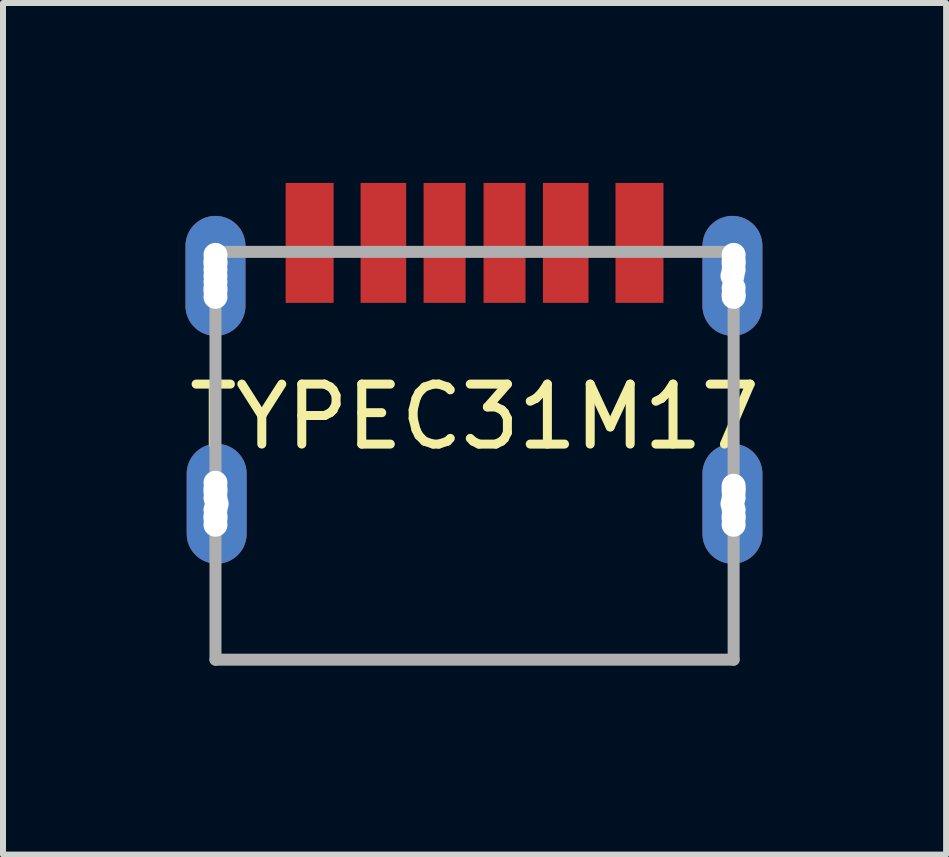
<source format=kicad_pcb>
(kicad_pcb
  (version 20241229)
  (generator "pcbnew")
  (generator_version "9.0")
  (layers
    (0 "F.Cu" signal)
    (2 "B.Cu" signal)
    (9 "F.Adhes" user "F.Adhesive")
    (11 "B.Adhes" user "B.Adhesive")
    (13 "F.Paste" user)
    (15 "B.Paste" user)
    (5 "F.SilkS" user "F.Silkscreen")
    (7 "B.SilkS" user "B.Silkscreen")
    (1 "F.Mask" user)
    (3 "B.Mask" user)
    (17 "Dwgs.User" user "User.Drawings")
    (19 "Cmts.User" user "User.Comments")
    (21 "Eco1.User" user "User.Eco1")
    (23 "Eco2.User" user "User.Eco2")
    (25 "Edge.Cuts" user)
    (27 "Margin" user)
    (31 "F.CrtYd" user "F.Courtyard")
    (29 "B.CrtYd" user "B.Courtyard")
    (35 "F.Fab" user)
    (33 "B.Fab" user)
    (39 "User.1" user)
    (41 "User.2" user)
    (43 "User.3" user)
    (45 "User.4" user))
  (footprint "TYPEC31M17"
    (layer "F.Cu")
    (at 4.863 7.95)
    (property "Reference" "TYPEC31M17" (at 0 -4.05 0) (layer "F.SilkS") (effects (font (size 1 1) (thickness 0.15))))
    (attr through_hole)
    (fp_line (start -4.32 0) (end 4.32 0) (stroke (width 0.1) (type solid)) (layer "F.SilkS"))
    (fp_line (start -4.32 -6.8) (end 4.32 -6.8) (stroke (width 0.2) (type solid)) (layer "F.Fab"))
    (fp_line (start -4.32 0) (end -4.32 -6.8) (stroke (width 0.2) (type solid)) (layer "F.Fab"))
    (fp_line (start 4.32 -6.8) (end 4.32 0) (stroke (width 0.2) (type solid)) (layer "F.Fab"))
    (fp_line (start 4.32 0) (end -4.32 0) (stroke (width 0.2) (type solid)) (layer "F.Fab"))
    (pad "" np_thru_hole circle (at -4.32 -6.75) (size 0.4 0.4) (drill 0.4) (layers "*.Cu" "*.Mask"))
    (pad "" np_thru_hole circle (at -4.32 -6.65) (size 0.4 0.4) (drill 0.4) (layers "*.Cu" "*.Mask"))
    (pad "" np_thru_hole circle (at -4.32 -6.6) (size 0.4 0.4) (drill 0.4) (layers "*.Cu" "*.Mask"))
    (pad "" np_thru_hole circle (at -4.32 -6.5) (size 0.4 0.4) (drill 0.4) (layers "*.Cu" "*.Mask"))
    (pad "" np_thru_hole circle (at -4.32 -6.3) (size 0.4 0.4) (drill 0.4) (layers "*.Cu" "*.Mask"))
    (pad "" np_thru_hole circle (at -4.32 -6.2) (size 0.4 0.4) (drill 0.4) (layers "*.Cu" "*.Mask"))
    (pad "" np_thru_hole circle (at -4.32 -6.15) (size 0.4 0.4) (drill 0.4) (layers "*.Cu" "*.Mask"))
    (pad "" np_thru_hole circle (at -4.32 -6.05) (size 0.4 0.4) (drill 0.4) (layers "*.Cu" "*.Mask"))
    (pad "" np_thru_hole circle (at -4.32 -2.95) (size 0.4 0.4) (drill 0.4) (layers "*.Cu" "*.Mask"))
    (pad "" np_thru_hole circle (at -4.32 -2.85) (size 0.4 0.4) (drill 0.4) (layers "*.Cu" "*.Mask"))
    (pad "" np_thru_hole circle (at -4.32 -2.8) (size 0.4 0.4) (drill 0.4) (layers "*.Cu" "*.Mask"))
    (pad "" np_thru_hole circle (at -4.32 -2.7) (size 0.4 0.4) (drill 0.4) (layers "*.Cu" "*.Mask"))
    (pad "" np_thru_hole circle (at -4.32 -2.5) (size 0.4 0.4) (drill 0.4) (layers "*.Cu" "*.Mask"))
    (pad "" np_thru_hole circle (at -4.32 -2.4) (size 0.4 0.4) (drill 0.4) (layers "*.Cu" "*.Mask"))
    (pad "" np_thru_hole circle (at -4.32 -2.35) (size 0.4 0.4) (drill 0.4) (layers "*.Cu" "*.Mask"))
    (pad "" np_thru_hole circle (at -4.32 -2.25) (size 0.4 0.4) (drill 0.4) (layers "*.Cu" "*.Mask"))
    (pad "" np_thru_hole circle (at 4.32 -6.75) (size 0.4 0.4) (drill 0.4) (layers "*.Cu" "*.Mask"))
    (pad "" np_thru_hole circle (at 4.32 -6.65) (size 0.4 0.4) (drill 0.4) (layers "*.Cu" "*.Mask"))
    (pad "" np_thru_hole circle (at 4.32 -6.6) (size 0.4 0.4) (drill 0.4) (layers "*.Cu" "*.Mask"))
    (pad "" np_thru_hole circle (at 4.32 -6.5) (size 0.4 0.4) (drill 0.4) (layers "*.Cu" "*.Mask"))
    (pad "" np_thru_hole circle (at 4.32 -6.2) (size 0.4 0.4) (drill 0.4) (layers "*.Cu" "*.Mask"))
    (pad "" np_thru_hole circle (at 4.32 -6.1) (size 0.4 0.4) (drill 0.4) (layers "*.Cu" "*.Mask"))
    (pad "" np_thru_hole circle (at 4.32 -6.05) (size 0.4 0.4) (drill 0.4) (layers "*.Cu" "*.Mask"))
    (pad "" np_thru_hole circle (at 4.32 -2.9) (size 0.4 0.4) (drill 0.4) (layers "*.Cu" "*.Mask"))
    (pad "" np_thru_hole circle (at 4.32 -2.85) (size 0.4 0.4) (drill 0.4) (layers "*.Cu" "*.Mask"))
    (pad "" np_thru_hole circle (at 4.32 -2.8) (size 0.4 0.4) (drill 0.4) (layers "*.Cu" "*.Mask"))
    (pad "" np_thru_hole circle (at 4.32 -2.7) (size 0.4 0.4) (drill 0.4) (layers "*.Cu" "*.Mask"))
    (pad "" np_thru_hole circle (at 4.32 -2.5) (size 0.4 0.4) (drill 0.4) (layers "*.Cu" "*.Mask"))
    (pad "" np_thru_hole circle (at 4.32 -2.4) (size 0.4 0.4) (drill 0.4) (layers "*.Cu" "*.Mask"))
    (pad "" np_thru_hole circle (at 4.32 -2.35) (size 0.4 0.4) (drill 0.4) (layers "*.Cu" "*.Mask"))
    (pad "" np_thru_hole circle (at 4.32 -2.25) (size 0.4 0.4) (drill 0.4) (layers "*.Cu" "*.Mask"))
    (pad "A5" smd rect (at -0.5 -6.95) (size 0.7 2) (layers "F.Cu" "F.Mask" "F.Paste"))
    (pad "A9" smd rect (at 1.52 -6.95) (size 0.76 2) (layers "F.Cu" "F.Mask" "F.Paste"))
    (pad "A12" smd rect (at 2.75 -6.95) (size 0.8 2) (layers "F.Cu" "F.Mask" "F.Paste"))
    (pad "B5" smd rect (at 0.5 -6.95) (size 0.7 2) (layers "F.Cu" "F.Mask" "F.Paste"))
    (pad "B9" smd rect (at -1.52 -6.95) (size 0.76 2) (layers "F.Cu" "F.Mask" "F.Paste"))
    (pad "B12" smd rect (at -2.75 -6.95) (size 0.8 2) (layers "F.Cu" "F.Mask" "F.Paste"))
    (pad "MH1" thru_hole oval (at -4.3 -2.6) (size 1 2) (drill 0.4) (layers "*.Cu" "*.Mask"))
    (pad "MH2" thru_hole oval (at 4.3 -2.6) (size 1 2) (drill 0.4) (layers "*.Cu" "*.Mask"))
    (pad "MH3" thru_hole oval (at 4.3 -6.4) (size 1 2) (drill 0.4) (layers "*.Cu" "*.Mask"))
    (pad "MH4" thru_hole oval (at -4.32 -6.4) (size 1 2) (drill 0.4) (layers "*.Cu" "*.Mask")))
  (gr_rect
    (start -3 -3)
    (end 12.726 11.2)
    (stroke (width 0.1) (type default))
    (fill no)
    (layer "Edge.Cuts")))
</source>
